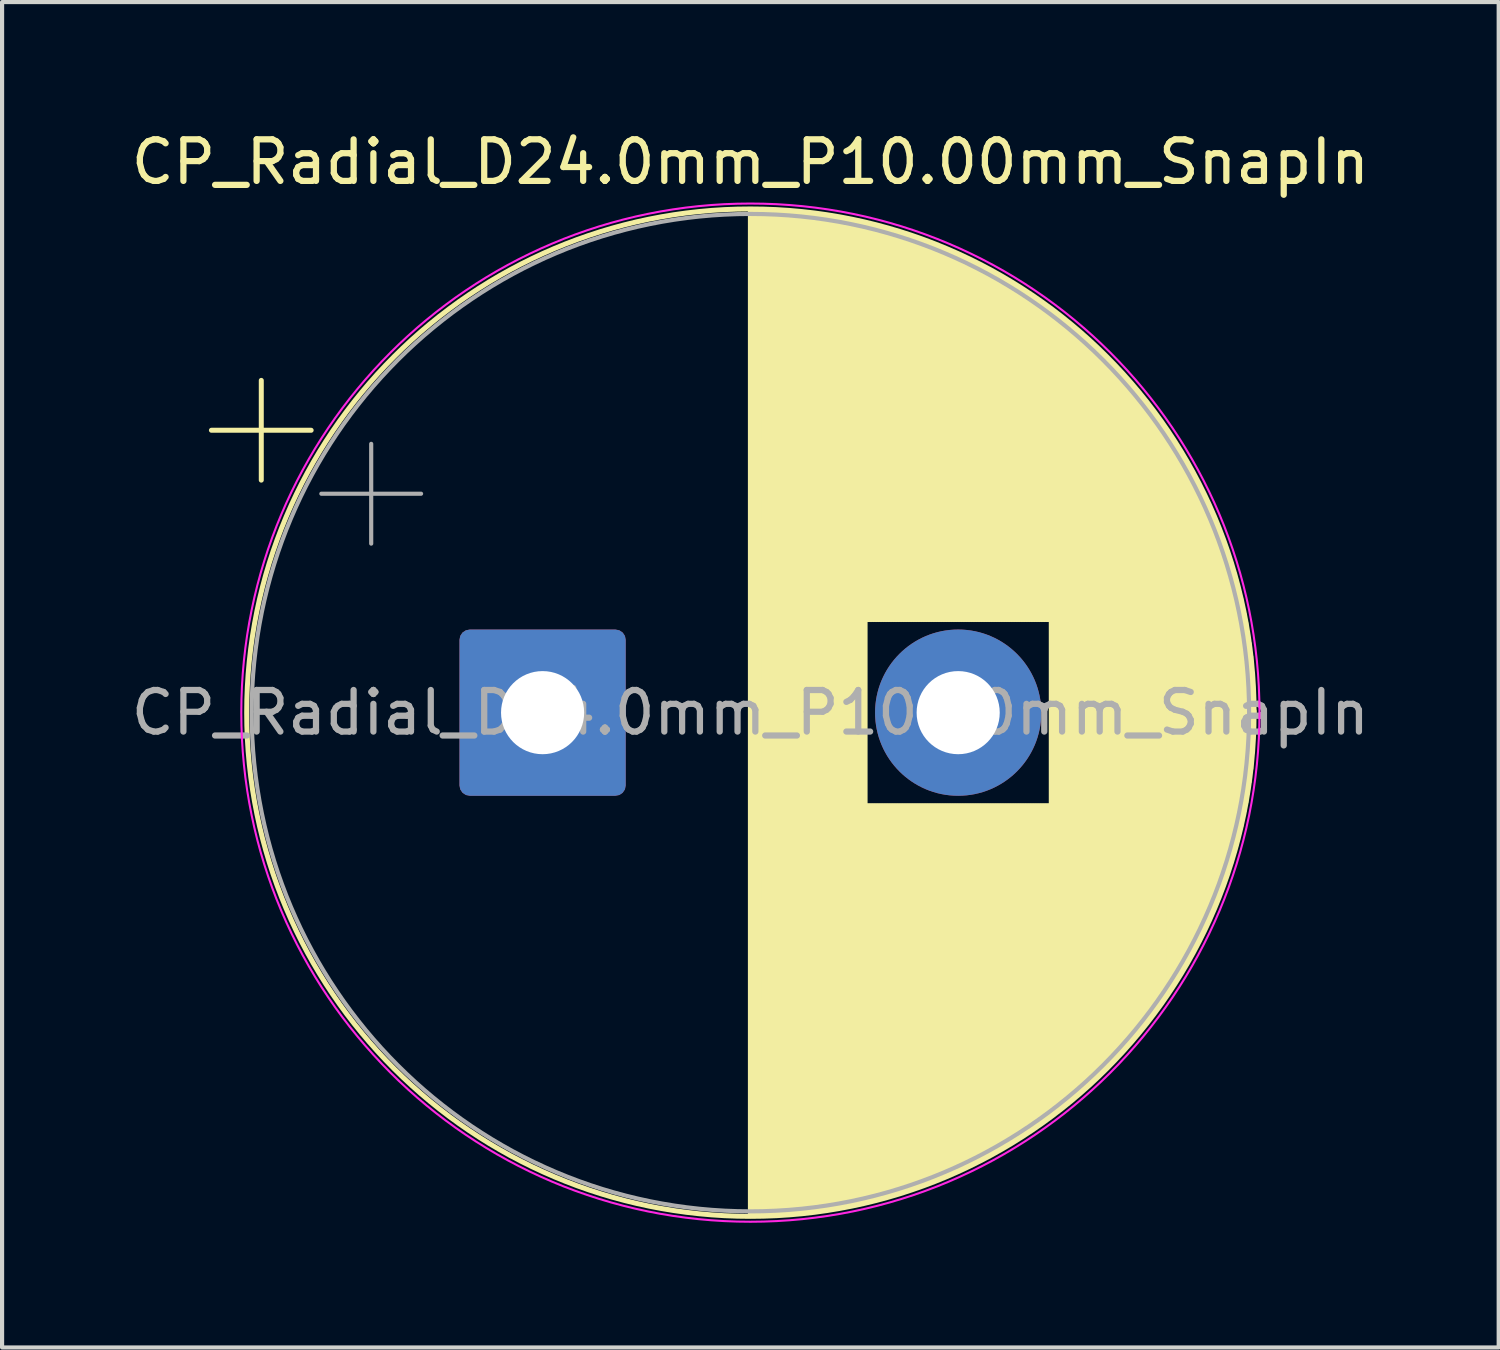
<source format=kicad_pcb>
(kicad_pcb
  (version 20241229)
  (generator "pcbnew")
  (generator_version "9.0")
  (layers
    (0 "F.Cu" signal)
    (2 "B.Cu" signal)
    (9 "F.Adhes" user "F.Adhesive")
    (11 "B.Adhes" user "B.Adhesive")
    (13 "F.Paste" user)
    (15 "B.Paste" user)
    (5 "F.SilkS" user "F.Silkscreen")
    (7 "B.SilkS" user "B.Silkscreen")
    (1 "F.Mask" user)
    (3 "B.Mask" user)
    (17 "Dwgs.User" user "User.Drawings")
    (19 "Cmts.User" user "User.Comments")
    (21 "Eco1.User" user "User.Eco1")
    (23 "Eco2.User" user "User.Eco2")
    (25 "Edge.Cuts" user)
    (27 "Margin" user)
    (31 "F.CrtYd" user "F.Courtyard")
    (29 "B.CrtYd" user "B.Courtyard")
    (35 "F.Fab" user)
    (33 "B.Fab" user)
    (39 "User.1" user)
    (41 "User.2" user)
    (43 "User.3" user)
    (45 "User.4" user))
  (footprint "CP_Radial_D24.0mm_P10.00mm_SnapIn"
    (layer "F.Cu")
    (at 10.006 14.098)
    (property "Reference" "CP_Radial_D24.0mm_P10.00mm_SnapIn" (at 5 -13.25 0) (layer "F.SilkS") (effects (font (size 1 1) (thickness 0.15))))
    (attr through_hole)
    (fp_line (start -7.969 -6.795) (end -5.569 -6.795) (stroke (width 0.12) (type solid)) (layer "F.SilkS"))
    (fp_line (start -6.769 -7.995) (end -6.769 -5.595) (stroke (width 0.12) (type solid)) (layer "F.SilkS"))
    (fp_line (start 5 -12.08) (end 5 12.08) (stroke (width 0.12) (type solid)) (layer "F.SilkS"))
    (fp_line (start 5.04 -12.08) (end 5.04 12.08) (stroke (width 0.12) (type solid)) (layer "F.SilkS"))
    (fp_line (start 5.08 -12.08) (end 5.08 12.08) (stroke (width 0.12) (type solid)) (layer "F.SilkS"))
    (fp_line (start 5.12 -12.079) (end 5.12 12.079) (stroke (width 0.12) (type solid)) (layer "F.SilkS"))
    (fp_line (start 5.16 -12.079) (end 5.16 12.079) (stroke (width 0.12) (type solid)) (layer "F.SilkS"))
    (fp_line (start 5.2 -12.078) (end 5.2 12.078) (stroke (width 0.12) (type solid)) (layer "F.SilkS"))
    (fp_line (start 5.24 -12.078) (end 5.24 12.078) (stroke (width 0.12) (type solid)) (layer "F.SilkS"))
    (fp_line (start 5.28 -12.077) (end 5.28 12.077) (stroke (width 0.12) (type solid)) (layer "F.SilkS"))
    (fp_line (start 5.32 -12.076) (end 5.32 12.076) (stroke (width 0.12) (type solid)) (layer "F.SilkS"))
    (fp_line (start 5.36 -12.075) (end 5.36 12.075) (stroke (width 0.12) (type solid)) (layer "F.SilkS"))
    (fp_line (start 5.4 -12.073) (end 5.4 12.073) (stroke (width 0.12) (type solid)) (layer "F.SilkS"))
    (fp_line (start 5.44 -12.072) (end 5.44 12.072) (stroke (width 0.12) (type solid)) (layer "F.SilkS"))
    (fp_line (start 5.48 -12.07) (end 5.48 12.07) (stroke (width 0.12) (type solid)) (layer "F.SilkS"))
    (fp_line (start 5.52 -12.069) (end 5.52 12.069) (stroke (width 0.12) (type solid)) (layer "F.SilkS"))
    (fp_line (start 5.56 -12.067) (end 5.56 12.067) (stroke (width 0.12) (type solid)) (layer "F.SilkS"))
    (fp_line (start 5.6 -12.065) (end 5.6 12.065) (stroke (width 0.12) (type solid)) (layer "F.SilkS"))
    (fp_line (start 5.64 -12.063) (end 5.64 12.063) (stroke (width 0.12) (type solid)) (layer "F.SilkS"))
    (fp_line (start 5.68 -12.061) (end 5.68 12.061) (stroke (width 0.12) (type solid)) (layer "F.SilkS"))
    (fp_line (start 5.72 -12.059) (end 5.72 12.059) (stroke (width 0.12) (type solid)) (layer "F.SilkS"))
    (fp_line (start 5.76 -12.056) (end 5.76 12.056) (stroke (width 0.12) (type solid)) (layer "F.SilkS"))
    (fp_line (start 5.8 -12.054) (end 5.8 12.054) (stroke (width 0.12) (type solid)) (layer "F.SilkS"))
    (fp_line (start 5.84 -12.051) (end 5.84 12.051) (stroke (width 0.12) (type solid)) (layer "F.SilkS"))
    (fp_line (start 5.88 -12.048) (end 5.88 12.048) (stroke (width 0.12) (type solid)) (layer "F.SilkS"))
    (fp_line (start 5.92 -12.045) (end 5.92 12.045) (stroke (width 0.12) (type solid)) (layer "F.SilkS"))
    (fp_line (start 5.96 -12.042) (end 5.96 12.042) (stroke (width 0.12) (type solid)) (layer "F.SilkS"))
    (fp_line (start 6 -12.039) (end 6 12.039) (stroke (width 0.12) (type solid)) (layer "F.SilkS"))
    (fp_line (start 6.04 -12.035) (end 6.04 12.035) (stroke (width 0.12) (type solid)) (layer "F.SilkS"))
    (fp_line (start 6.08 -12.032) (end 6.08 12.032) (stroke (width 0.12) (type solid)) (layer "F.SilkS"))
    (fp_line (start 6.12 -12.028) (end 6.12 12.028) (stroke (width 0.12) (type solid)) (layer "F.SilkS"))
    (fp_line (start 6.16 -12.024) (end 6.16 12.024) (stroke (width 0.12) (type solid)) (layer "F.SilkS"))
    (fp_line (start 6.2 -12.02) (end 6.2 12.02) (stroke (width 0.12) (type solid)) (layer "F.SilkS"))
    (fp_line (start 6.24 -12.016) (end 6.24 12.016) (stroke (width 0.12) (type solid)) (layer "F.SilkS"))
    (fp_line (start 6.28 -12.012) (end 6.28 12.012) (stroke (width 0.12) (type solid)) (layer "F.SilkS"))
    (fp_line (start 6.32 -12.008) (end 6.32 12.008) (stroke (width 0.12) (type solid)) (layer "F.SilkS"))
    (fp_line (start 6.36 -12.003) (end 6.36 12.003) (stroke (width 0.12) (type solid)) (layer "F.SilkS"))
    (fp_line (start 6.4 -11.999) (end 6.4 11.999) (stroke (width 0.12) (type solid)) (layer "F.SilkS"))
    (fp_line (start 6.44 -11.994) (end 6.44 11.994) (stroke (width 0.12) (type solid)) (layer "F.SilkS"))
    (fp_line (start 6.48 -11.989) (end 6.48 11.989) (stroke (width 0.12) (type solid)) (layer "F.SilkS"))
    (fp_line (start 6.52 -11.984) (end 6.52 11.984) (stroke (width 0.12) (type solid)) (layer "F.SilkS"))
    (fp_line (start 6.56 -11.979) (end 6.56 11.979) (stroke (width 0.12) (type solid)) (layer "F.SilkS"))
    (fp_line (start 6.6 -11.974) (end 6.6 11.974) (stroke (width 0.12) (type solid)) (layer "F.SilkS"))
    (fp_line (start 6.64 -11.969) (end 6.64 11.969) (stroke (width 0.12) (type solid)) (layer "F.SilkS"))
    (fp_line (start 6.68 -11.963) (end 6.68 11.963) (stroke (width 0.12) (type solid)) (layer "F.SilkS"))
    (fp_line (start 6.72 -11.957) (end 6.72 11.957) (stroke (width 0.12) (type solid)) (layer "F.SilkS"))
    (fp_line (start 6.76 -11.952) (end 6.76 11.952) (stroke (width 0.12) (type solid)) (layer "F.SilkS"))
    (fp_line (start 6.8 -11.946) (end 6.8 11.946) (stroke (width 0.12) (type solid)) (layer "F.SilkS"))
    (fp_line (start 6.84 -11.94) (end 6.84 11.94) (stroke (width 0.12) (type solid)) (layer "F.SilkS"))
    (fp_line (start 6.88 -11.933) (end 6.88 11.933) (stroke (width 0.12) (type solid)) (layer "F.SilkS"))
    (fp_line (start 6.92 -11.927) (end 6.92 11.927) (stroke (width 0.12) (type solid)) (layer "F.SilkS"))
    (fp_line (start 6.96 -11.92) (end 6.96 11.92) (stroke (width 0.12) (type solid)) (layer "F.SilkS"))
    (fp_line (start 7 -11.914) (end 7 11.914) (stroke (width 0.12) (type solid)) (layer "F.SilkS"))
    (fp_line (start 7.04 -11.907) (end 7.04 11.907) (stroke (width 0.12) (type solid)) (layer "F.SilkS"))
    (fp_line (start 7.08 -11.9) (end 7.08 11.9) (stroke (width 0.12) (type solid)) (layer "F.SilkS"))
    (fp_line (start 7.12 -11.893) (end 7.12 11.893) (stroke (width 0.12) (type solid)) (layer "F.SilkS"))
    (fp_line (start 7.16 -11.886) (end 7.16 11.886) (stroke (width 0.12) (type solid)) (layer "F.SilkS"))
    (fp_line (start 7.2 -11.879) (end 7.2 11.879) (stroke (width 0.12) (type solid)) (layer "F.SilkS"))
    (fp_line (start 7.24 -11.871) (end 7.24 11.871) (stroke (width 0.12) (type solid)) (layer "F.SilkS"))
    (fp_line (start 7.28 -11.864) (end 7.28 11.864) (stroke (width 0.12) (type solid)) (layer "F.SilkS"))
    (fp_line (start 7.32 -11.856) (end 7.32 11.856) (stroke (width 0.12) (type solid)) (layer "F.SilkS"))
    (fp_line (start 7.36 -11.848) (end 7.36 11.848) (stroke (width 0.12) (type solid)) (layer "F.SilkS"))
    (fp_line (start 7.4 -11.84) (end 7.4 11.84) (stroke (width 0.12) (type solid)) (layer "F.SilkS"))
    (fp_line (start 7.44 -11.832) (end 7.44 11.832) (stroke (width 0.12) (type solid)) (layer "F.SilkS"))
    (fp_line (start 7.48 -11.824) (end 7.48 11.824) (stroke (width 0.12) (type solid)) (layer "F.SilkS"))
    (fp_line (start 7.52 -11.815) (end 7.52 11.815) (stroke (width 0.12) (type solid)) (layer "F.SilkS"))
    (fp_line (start 7.56 -11.807) (end 7.56 11.807) (stroke (width 0.12) (type solid)) (layer "F.SilkS"))
    (fp_line (start 7.6 -11.798) (end 7.6 11.798) (stroke (width 0.12) (type solid)) (layer "F.SilkS"))
    (fp_line (start 7.64 -11.789) (end 7.64 11.789) (stroke (width 0.12) (type solid)) (layer "F.SilkS"))
    (fp_line (start 7.68 -11.78) (end 7.68 11.78) (stroke (width 0.12) (type solid)) (layer "F.SilkS"))
    (fp_line (start 7.72 -11.771) (end 7.72 11.771) (stroke (width 0.12) (type solid)) (layer "F.SilkS"))
    (fp_line (start 7.76 -11.762) (end 7.76 11.762) (stroke (width 0.12) (type solid)) (layer "F.SilkS"))
    (fp_line (start 7.8 -11.752) (end 7.8 -2.24) (stroke (width 0.12) (type solid)) (layer "F.SilkS"))
    (fp_line (start 7.8 2.24) (end 7.8 11.752) (stroke (width 0.12) (type solid)) (layer "F.SilkS"))
    (fp_line (start 7.84 -11.743) (end 7.84 -2.24) (stroke (width 0.12) (type solid)) (layer "F.SilkS"))
    (fp_line (start 7.84 2.24) (end 7.84 11.743) (stroke (width 0.12) (type solid)) (layer "F.SilkS"))
    (fp_line (start 7.88 -11.733) (end 7.88 -2.24) (stroke (width 0.12) (type solid)) (layer "F.SilkS"))
    (fp_line (start 7.88 2.24) (end 7.88 11.733) (stroke (width 0.12) (type solid)) (layer "F.SilkS"))
    (fp_line (start 7.92 -11.723) (end 7.92 -2.24) (stroke (width 0.12) (type solid)) (layer "F.SilkS"))
    (fp_line (start 7.92 2.24) (end 7.92 11.723) (stroke (width 0.12) (type solid)) (layer "F.SilkS"))
    (fp_line (start 7.96 -11.713) (end 7.96 -2.24) (stroke (width 0.12) (type solid)) (layer "F.SilkS"))
    (fp_line (start 7.96 2.24) (end 7.96 11.713) (stroke (width 0.12) (type solid)) (layer "F.SilkS"))
    (fp_line (start 8 -11.703) (end 8 -2.24) (stroke (width 0.12) (type solid)) (layer "F.SilkS"))
    (fp_line (start 8 2.24) (end 8 11.703) (stroke (width 0.12) (type solid)) (layer "F.SilkS"))
    (fp_line (start 8.04 -11.693) (end 8.04 -2.24) (stroke (width 0.12) (type solid)) (layer "F.SilkS"))
    (fp_line (start 8.04 2.24) (end 8.04 11.693) (stroke (width 0.12) (type solid)) (layer "F.SilkS"))
    (fp_line (start 8.08 -11.682) (end 8.08 -2.24) (stroke (width 0.12) (type solid)) (layer "F.SilkS"))
    (fp_line (start 8.08 2.24) (end 8.08 11.682) (stroke (width 0.12) (type solid)) (layer "F.SilkS"))
    (fp_line (start 8.12 -11.672) (end 8.12 -2.24) (stroke (width 0.12) (type solid)) (layer "F.SilkS"))
    (fp_line (start 8.12 2.24) (end 8.12 11.672) (stroke (width 0.12) (type solid)) (layer "F.SilkS"))
    (fp_line (start 8.16 -11.661) (end 8.16 -2.24) (stroke (width 0.12) (type solid)) (layer "F.SilkS"))
    (fp_line (start 8.16 2.24) (end 8.16 11.661) (stroke (width 0.12) (type solid)) (layer "F.SilkS"))
    (fp_line (start 8.2 -11.65) (end 8.2 -2.24) (stroke (width 0.12) (type solid)) (layer "F.SilkS"))
    (fp_line (start 8.2 2.24) (end 8.2 11.65) (stroke (width 0.12) (type solid)) (layer "F.SilkS"))
    (fp_line (start 8.24 -11.639) (end 8.24 -2.24) (stroke (width 0.12) (type solid)) (layer "F.SilkS"))
    (fp_line (start 8.24 2.24) (end 8.24 11.639) (stroke (width 0.12) (type solid)) (layer "F.SilkS"))
    (fp_line (start 8.28 -11.628) (end 8.28 -2.24) (stroke (width 0.12) (type solid)) (layer "F.SilkS"))
    (fp_line (start 8.28 2.24) (end 8.28 11.628) (stroke (width 0.12) (type solid)) (layer "F.SilkS"))
    (fp_line (start 8.32 -11.616) (end 8.32 -2.24) (stroke (width 0.12) (type solid)) (layer "F.SilkS"))
    (fp_line (start 8.32 2.24) (end 8.32 11.616) (stroke (width 0.12) (type solid)) (layer "F.SilkS"))
    (fp_line (start 8.36 -11.605) (end 8.36 -2.24) (stroke (width 0.12) (type solid)) (layer "F.SilkS"))
    (fp_line (start 8.36 2.24) (end 8.36 11.605) (stroke (width 0.12) (type solid)) (layer "F.SilkS"))
    (fp_line (start 8.4 -11.593) (end 8.4 -2.24) (stroke (width 0.12) (type solid)) (layer "F.SilkS"))
    (fp_line (start 8.4 2.24) (end 8.4 11.593) (stroke (width 0.12) (type solid)) (layer "F.SilkS"))
    (fp_line (start 8.44 -11.582) (end 8.44 -2.24) (stroke (width 0.12) (type solid)) (layer "F.SilkS"))
    (fp_line (start 8.44 2.24) (end 8.44 11.582) (stroke (width 0.12) (type solid)) (layer "F.SilkS"))
    (fp_line (start 8.48 -11.57) (end 8.48 -2.24) (stroke (width 0.12) (type solid)) (layer "F.SilkS"))
    (fp_line (start 8.48 2.24) (end 8.48 11.57) (stroke (width 0.12) (type solid)) (layer "F.SilkS"))
    (fp_line (start 8.52 -11.558) (end 8.52 -2.24) (stroke (width 0.12) (type solid)) (layer "F.SilkS"))
    (fp_line (start 8.52 2.24) (end 8.52 11.558) (stroke (width 0.12) (type solid)) (layer "F.SilkS"))
    (fp_line (start 8.56 -11.545) (end 8.56 -2.24) (stroke (width 0.12) (type solid)) (layer "F.SilkS"))
    (fp_line (start 8.56 2.24) (end 8.56 11.545) (stroke (width 0.12) (type solid)) (layer "F.SilkS"))
    (fp_line (start 8.6 -11.533) (end 8.6 -2.24) (stroke (width 0.12) (type solid)) (layer "F.SilkS"))
    (fp_line (start 8.6 2.24) (end 8.6 11.533) (stroke (width 0.12) (type solid)) (layer "F.SilkS"))
    (fp_line (start 8.64 -11.52) (end 8.64 -2.24) (stroke (width 0.12) (type solid)) (layer "F.SilkS"))
    (fp_line (start 8.64 2.24) (end 8.64 11.52) (stroke (width 0.12) (type solid)) (layer "F.SilkS"))
    (fp_line (start 8.68 -11.508) (end 8.68 -2.24) (stroke (width 0.12) (type solid)) (layer "F.SilkS"))
    (fp_line (start 8.68 2.24) (end 8.68 11.508) (stroke (width 0.12) (type solid)) (layer "F.SilkS"))
    (fp_line (start 8.72 -11.495) (end 8.72 -2.24) (stroke (width 0.12) (type solid)) (layer "F.SilkS"))
    (fp_line (start 8.72 2.24) (end 8.72 11.495) (stroke (width 0.12) (type solid)) (layer "F.SilkS"))
    (fp_line (start 8.76 -11.482) (end 8.76 -2.24) (stroke (width 0.12) (type solid)) (layer "F.SilkS"))
    (fp_line (start 8.76 2.24) (end 8.76 11.482) (stroke (width 0.12) (type solid)) (layer "F.SilkS"))
    (fp_line (start 8.8 -11.469) (end 8.8 -2.24) (stroke (width 0.12) (type solid)) (layer "F.SilkS"))
    (fp_line (start 8.8 2.24) (end 8.8 11.469) (stroke (width 0.12) (type solid)) (layer "F.SilkS"))
    (fp_line (start 8.84 -11.456) (end 8.84 -2.24) (stroke (width 0.12) (type solid)) (layer "F.SilkS"))
    (fp_line (start 8.84 2.24) (end 8.84 11.456) (stroke (width 0.12) (type solid)) (layer "F.SilkS"))
    (fp_line (start 8.88 -11.442) (end 8.88 -2.24) (stroke (width 0.12) (type solid)) (layer "F.SilkS"))
    (fp_line (start 8.88 2.24) (end 8.88 11.442) (stroke (width 0.12) (type solid)) (layer "F.SilkS"))
    (fp_line (start 8.92 -11.429) (end 8.92 -2.24) (stroke (width 0.12) (type solid)) (layer "F.SilkS"))
    (fp_line (start 8.92 2.24) (end 8.92 11.429) (stroke (width 0.12) (type solid)) (layer "F.SilkS"))
    (fp_line (start 8.96 -11.415) (end 8.96 -2.24) (stroke (width 0.12) (type solid)) (layer "F.SilkS"))
    (fp_line (start 8.96 2.24) (end 8.96 11.415) (stroke (width 0.12) (type solid)) (layer "F.SilkS"))
    (fp_line (start 9 -11.401) (end 9 -2.24) (stroke (width 0.12) (type solid)) (layer "F.SilkS"))
    (fp_line (start 9 2.24) (end 9 11.401) (stroke (width 0.12) (type solid)) (layer "F.SilkS"))
    (fp_line (start 9.04 -11.387) (end 9.04 -2.24) (stroke (width 0.12) (type solid)) (layer "F.SilkS"))
    (fp_line (start 9.04 2.24) (end 9.04 11.387) (stroke (width 0.12) (type solid)) (layer "F.SilkS"))
    (fp_line (start 9.08 -11.373) (end 9.08 -2.24) (stroke (width 0.12) (type solid)) (layer "F.SilkS"))
    (fp_line (start 9.08 2.24) (end 9.08 11.373) (stroke (width 0.12) (type solid)) (layer "F.SilkS"))
    (fp_line (start 9.12 -11.358) (end 9.12 -2.24) (stroke (width 0.12) (type solid)) (layer "F.SilkS"))
    (fp_line (start 9.12 2.24) (end 9.12 11.358) (stroke (width 0.12) (type solid)) (layer "F.SilkS"))
    (fp_line (start 9.16 -11.344) (end 9.16 -2.24) (stroke (width 0.12) (type solid)) (layer "F.SilkS"))
    (fp_line (start 9.16 2.24) (end 9.16 11.344) (stroke (width 0.12) (type solid)) (layer "F.SilkS"))
    (fp_line (start 9.2 -11.329) (end 9.2 -2.24) (stroke (width 0.12) (type solid)) (layer "F.SilkS"))
    (fp_line (start 9.2 2.24) (end 9.2 11.329) (stroke (width 0.12) (type solid)) (layer "F.SilkS"))
    (fp_line (start 9.24 -11.314) (end 9.24 -2.24) (stroke (width 0.12) (type solid)) (layer "F.SilkS"))
    (fp_line (start 9.24 2.24) (end 9.24 11.314) (stroke (width 0.12) (type solid)) (layer "F.SilkS"))
    (fp_line (start 9.28 -11.299) (end 9.28 -2.24) (stroke (width 0.12) (type solid)) (layer "F.SilkS"))
    (fp_line (start 9.28 2.24) (end 9.28 11.299) (stroke (width 0.12) (type solid)) (layer "F.SilkS"))
    (fp_line (start 9.32 -11.284) (end 9.32 -2.24) (stroke (width 0.12) (type solid)) (layer "F.SilkS"))
    (fp_line (start 9.32 2.24) (end 9.32 11.284) (stroke (width 0.12) (type solid)) (layer "F.SilkS"))
    (fp_line (start 9.36 -11.269) (end 9.36 -2.24) (stroke (width 0.12) (type solid)) (layer "F.SilkS"))
    (fp_line (start 9.36 2.24) (end 9.36 11.269) (stroke (width 0.12) (type solid)) (layer "F.SilkS"))
    (fp_line (start 9.4 -11.253) (end 9.4 -2.24) (stroke (width 0.12) (type solid)) (layer "F.SilkS"))
    (fp_line (start 9.4 2.24) (end 9.4 11.253) (stroke (width 0.12) (type solid)) (layer "F.SilkS"))
    (fp_line (start 9.44 -11.237) (end 9.44 -2.24) (stroke (width 0.12) (type solid)) (layer "F.SilkS"))
    (fp_line (start 9.44 2.24) (end 9.44 11.237) (stroke (width 0.12) (type solid)) (layer "F.SilkS"))
    (fp_line (start 9.48 -11.222) (end 9.48 -2.24) (stroke (width 0.12) (type solid)) (layer "F.SilkS"))
    (fp_line (start 9.48 2.24) (end 9.48 11.222) (stroke (width 0.12) (type solid)) (layer "F.SilkS"))
    (fp_line (start 9.52 -11.206) (end 9.52 -2.24) (stroke (width 0.12) (type solid)) (layer "F.SilkS"))
    (fp_line (start 9.52 2.24) (end 9.52 11.206) (stroke (width 0.12) (type solid)) (layer "F.SilkS"))
    (fp_line (start 9.56 -11.189) (end 9.56 -2.24) (stroke (width 0.12) (type solid)) (layer "F.SilkS"))
    (fp_line (start 9.56 2.24) (end 9.56 11.189) (stroke (width 0.12) (type solid)) (layer "F.SilkS"))
    (fp_line (start 9.6 -11.173) (end 9.6 -2.24) (stroke (width 0.12) (type solid)) (layer "F.SilkS"))
    (fp_line (start 9.6 2.24) (end 9.6 11.173) (stroke (width 0.12) (type solid)) (layer "F.SilkS"))
    (fp_line (start 9.64 -11.157) (end 9.64 -2.24) (stroke (width 0.12) (type solid)) (layer "F.SilkS"))
    (fp_line (start 9.64 2.24) (end 9.64 11.157) (stroke (width 0.12) (type solid)) (layer "F.SilkS"))
    (fp_line (start 9.68 -11.14) (end 9.68 -2.24) (stroke (width 0.12) (type solid)) (layer "F.SilkS"))
    (fp_line (start 9.68 2.24) (end 9.68 11.14) (stroke (width 0.12) (type solid)) (layer "F.SilkS"))
    (fp_line (start 9.72 -11.123) (end 9.72 -2.24) (stroke (width 0.12) (type solid)) (layer "F.SilkS"))
    (fp_line (start 9.72 2.24) (end 9.72 11.123) (stroke (width 0.12) (type solid)) (layer "F.SilkS"))
    (fp_line (start 9.76 -11.106) (end 9.76 -2.24) (stroke (width 0.12) (type solid)) (layer "F.SilkS"))
    (fp_line (start 9.76 2.24) (end 9.76 11.106) (stroke (width 0.12) (type solid)) (layer "F.SilkS"))
    (fp_line (start 9.8 -11.089) (end 9.8 -2.24) (stroke (width 0.12) (type solid)) (layer "F.SilkS"))
    (fp_line (start 9.8 2.24) (end 9.8 11.089) (stroke (width 0.12) (type solid)) (layer "F.SilkS"))
    (fp_line (start 9.84 -11.072) (end 9.84 -2.24) (stroke (width 0.12) (type solid)) (layer "F.SilkS"))
    (fp_line (start 9.84 2.24) (end 9.84 11.072) (stroke (width 0.12) (type solid)) (layer "F.SilkS"))
    (fp_line (start 9.88 -11.054) (end 9.88 -2.24) (stroke (width 0.12) (type solid)) (layer "F.SilkS"))
    (fp_line (start 9.88 2.24) (end 9.88 11.054) (stroke (width 0.12) (type solid)) (layer "F.SilkS"))
    (fp_line (start 9.92 -11.036) (end 9.92 -2.24) (stroke (width 0.12) (type solid)) (layer "F.SilkS"))
    (fp_line (start 9.92 2.24) (end 9.92 11.036) (stroke (width 0.12) (type solid)) (layer "F.SilkS"))
    (fp_line (start 9.96 -11.019) (end 9.96 -2.24) (stroke (width 0.12) (type solid)) (layer "F.SilkS"))
    (fp_line (start 9.96 2.24) (end 9.96 11.019) (stroke (width 0.12) (type solid)) (layer "F.SilkS"))
    (fp_line (start 10 -11.001) (end 10 -2.24) (stroke (width 0.12) (type solid)) (layer "F.SilkS"))
    (fp_line (start 10 2.24) (end 10 11.001) (stroke (width 0.12) (type solid)) (layer "F.SilkS"))
    (fp_line (start 10.04 -10.982) (end 10.04 -2.24) (stroke (width 0.12) (type solid)) (layer "F.SilkS"))
    (fp_line (start 10.04 2.24) (end 10.04 10.982) (stroke (width 0.12) (type solid)) (layer "F.SilkS"))
    (fp_line (start 10.08 -10.964) (end 10.08 -2.24) (stroke (width 0.12) (type solid)) (layer "F.SilkS"))
    (fp_line (start 10.08 2.24) (end 10.08 10.964) (stroke (width 0.12) (type solid)) (layer "F.SilkS"))
    (fp_line (start 10.12 -10.945) (end 10.12 -2.24) (stroke (width 0.12) (type solid)) (layer "F.SilkS"))
    (fp_line (start 10.12 2.24) (end 10.12 10.945) (stroke (width 0.12) (type solid)) (layer "F.SilkS"))
    (fp_line (start 10.16 -10.927) (end 10.16 -2.24) (stroke (width 0.12) (type solid)) (layer "F.SilkS"))
    (fp_line (start 10.16 2.24) (end 10.16 10.927) (stroke (width 0.12) (type solid)) (layer "F.SilkS"))
    (fp_line (start 10.2 -10.908) (end 10.2 -2.24) (stroke (width 0.12) (type solid)) (layer "F.SilkS"))
    (fp_line (start 10.2 2.24) (end 10.2 10.908) (stroke (width 0.12) (type solid)) (layer "F.SilkS"))
    (fp_line (start 10.24 -10.889) (end 10.24 -2.24) (stroke (width 0.12) (type solid)) (layer "F.SilkS"))
    (fp_line (start 10.24 2.24) (end 10.24 10.889) (stroke (width 0.12) (type solid)) (layer "F.SilkS"))
    (fp_line (start 10.28 -10.869) (end 10.28 -2.24) (stroke (width 0.12) (type solid)) (layer "F.SilkS"))
    (fp_line (start 10.28 2.24) (end 10.28 10.869) (stroke (width 0.12) (type solid)) (layer "F.SilkS"))
    (fp_line (start 10.32 -10.85) (end 10.32 -2.24) (stroke (width 0.12) (type solid)) (layer "F.SilkS"))
    (fp_line (start 10.32 2.24) (end 10.32 10.85) (stroke (width 0.12) (type solid)) (layer "F.SilkS"))
    (fp_line (start 10.36 -10.83) (end 10.36 -2.24) (stroke (width 0.12) (type solid)) (layer "F.SilkS"))
    (fp_line (start 10.36 2.24) (end 10.36 10.83) (stroke (width 0.12) (type solid)) (layer "F.SilkS"))
    (fp_line (start 10.4 -10.811) (end 10.4 -2.24) (stroke (width 0.12) (type solid)) (layer "F.SilkS"))
    (fp_line (start 10.4 2.24) (end 10.4 10.811) (stroke (width 0.12) (type solid)) (layer "F.SilkS"))
    (fp_line (start 10.44 -10.791) (end 10.44 -2.24) (stroke (width 0.12) (type solid)) (layer "F.SilkS"))
    (fp_line (start 10.44 2.24) (end 10.44 10.791) (stroke (width 0.12) (type solid)) (layer "F.SilkS"))
    (fp_line (start 10.48 -10.77) (end 10.48 -2.24) (stroke (width 0.12) (type solid)) (layer "F.SilkS"))
    (fp_line (start 10.48 2.24) (end 10.48 10.77) (stroke (width 0.12) (type solid)) (layer "F.SilkS"))
    (fp_line (start 10.52 -10.75) (end 10.52 -2.24) (stroke (width 0.12) (type solid)) (layer "F.SilkS"))
    (fp_line (start 10.52 2.24) (end 10.52 10.75) (stroke (width 0.12) (type solid)) (layer "F.SilkS"))
    (fp_line (start 10.56 -10.729) (end 10.56 -2.24) (stroke (width 0.12) (type solid)) (layer "F.SilkS"))
    (fp_line (start 10.56 2.24) (end 10.56 10.729) (stroke (width 0.12) (type solid)) (layer "F.SilkS"))
    (fp_line (start 10.6 -10.709) (end 10.6 -2.24) (stroke (width 0.12) (type solid)) (layer "F.SilkS"))
    (fp_line (start 10.6 2.24) (end 10.6 10.709) (stroke (width 0.12) (type solid)) (layer "F.SilkS"))
    (fp_line (start 10.64 -10.688) (end 10.64 -2.24) (stroke (width 0.12) (type solid)) (layer "F.SilkS"))
    (fp_line (start 10.64 2.24) (end 10.64 10.688) (stroke (width 0.12) (type solid)) (layer "F.SilkS"))
    (fp_line (start 10.68 -10.667) (end 10.68 -2.24) (stroke (width 0.12) (type solid)) (layer "F.SilkS"))
    (fp_line (start 10.68 2.24) (end 10.68 10.667) (stroke (width 0.12) (type solid)) (layer "F.SilkS"))
    (fp_line (start 10.72 -10.645) (end 10.72 -2.24) (stroke (width 0.12) (type solid)) (layer "F.SilkS"))
    (fp_line (start 10.72 2.24) (end 10.72 10.645) (stroke (width 0.12) (type solid)) (layer "F.SilkS"))
    (fp_line (start 10.76 -10.624) (end 10.76 -2.24) (stroke (width 0.12) (type solid)) (layer "F.SilkS"))
    (fp_line (start 10.76 2.24) (end 10.76 10.624) (stroke (width 0.12) (type solid)) (layer "F.SilkS"))
    (fp_line (start 10.8 -10.602) (end 10.8 -2.24) (stroke (width 0.12) (type solid)) (layer "F.SilkS"))
    (fp_line (start 10.8 2.24) (end 10.8 10.602) (stroke (width 0.12) (type solid)) (layer "F.SilkS"))
    (fp_line (start 10.84 -10.58) (end 10.84 -2.24) (stroke (width 0.12) (type solid)) (layer "F.SilkS"))
    (fp_line (start 10.84 2.24) (end 10.84 10.58) (stroke (width 0.12) (type solid)) (layer "F.SilkS"))
    (fp_line (start 10.88 -10.558) (end 10.88 -2.24) (stroke (width 0.12) (type solid)) (layer "F.SilkS"))
    (fp_line (start 10.88 2.24) (end 10.88 10.558) (stroke (width 0.12) (type solid)) (layer "F.SilkS"))
    (fp_line (start 10.92 -10.536) (end 10.92 -2.24) (stroke (width 0.12) (type solid)) (layer "F.SilkS"))
    (fp_line (start 10.92 2.24) (end 10.92 10.536) (stroke (width 0.12) (type solid)) (layer "F.SilkS"))
    (fp_line (start 10.96 -10.513) (end 10.96 -2.24) (stroke (width 0.12) (type solid)) (layer "F.SilkS"))
    (fp_line (start 10.96 2.24) (end 10.96 10.513) (stroke (width 0.12) (type solid)) (layer "F.SilkS"))
    (fp_line (start 11 -10.491) (end 11 -2.24) (stroke (width 0.12) (type solid)) (layer "F.SilkS"))
    (fp_line (start 11 2.24) (end 11 10.491) (stroke (width 0.12) (type solid)) (layer "F.SilkS"))
    (fp_line (start 11.04 -10.468) (end 11.04 -2.24) (stroke (width 0.12) (type solid)) (layer "F.SilkS"))
    (fp_line (start 11.04 2.24) (end 11.04 10.468) (stroke (width 0.12) (type solid)) (layer "F.SilkS"))
    (fp_line (start 11.08 -10.445) (end 11.08 -2.24) (stroke (width 0.12) (type solid)) (layer "F.SilkS"))
    (fp_line (start 11.08 2.24) (end 11.08 10.445) (stroke (width 0.12) (type solid)) (layer "F.SilkS"))
    (fp_line (start 11.12 -10.421) (end 11.12 -2.24) (stroke (width 0.12) (type solid)) (layer "F.SilkS"))
    (fp_line (start 11.12 2.24) (end 11.12 10.421) (stroke (width 0.12) (type solid)) (layer "F.SilkS"))
    (fp_line (start 11.16 -10.398) (end 11.16 -2.24) (stroke (width 0.12) (type solid)) (layer "F.SilkS"))
    (fp_line (start 11.16 2.24) (end 11.16 10.398) (stroke (width 0.12) (type solid)) (layer "F.SilkS"))
    (fp_line (start 11.2 -10.374) (end 11.2 -2.24) (stroke (width 0.12) (type solid)) (layer "F.SilkS"))
    (fp_line (start 11.2 2.24) (end 11.2 10.374) (stroke (width 0.12) (type solid)) (layer "F.SilkS"))
    (fp_line (start 11.24 -10.35) (end 11.24 -2.24) (stroke (width 0.12) (type solid)) (layer "F.SilkS"))
    (fp_line (start 11.24 2.24) (end 11.24 10.35) (stroke (width 0.12) (type solid)) (layer "F.SilkS"))
    (fp_line (start 11.28 -10.326) (end 11.28 -2.24) (stroke (width 0.12) (type solid)) (layer "F.SilkS"))
    (fp_line (start 11.28 2.24) (end 11.28 10.326) (stroke (width 0.12) (type solid)) (layer "F.SilkS"))
    (fp_line (start 11.32 -10.302) (end 11.32 -2.24) (stroke (width 0.12) (type solid)) (layer "F.SilkS"))
    (fp_line (start 11.32 2.24) (end 11.32 10.302) (stroke (width 0.12) (type solid)) (layer "F.SilkS"))
    (fp_line (start 11.36 -10.277) (end 11.36 -2.24) (stroke (width 0.12) (type solid)) (layer "F.SilkS"))
    (fp_line (start 11.36 2.24) (end 11.36 10.277) (stroke (width 0.12) (type solid)) (layer "F.SilkS"))
    (fp_line (start 11.4 -10.252) (end 11.4 -2.24) (stroke (width 0.12) (type solid)) (layer "F.SilkS"))
    (fp_line (start 11.4 2.24) (end 11.4 10.252) (stroke (width 0.12) (type solid)) (layer "F.SilkS"))
    (fp_line (start 11.44 -10.227) (end 11.44 -2.24) (stroke (width 0.12) (type solid)) (layer "F.SilkS"))
    (fp_line (start 11.44 2.24) (end 11.44 10.227) (stroke (width 0.12) (type solid)) (layer "F.SilkS"))
    (fp_line (start 11.48 -10.202) (end 11.48 -2.24) (stroke (width 0.12) (type solid)) (layer "F.SilkS"))
    (fp_line (start 11.48 2.24) (end 11.48 10.202) (stroke (width 0.12) (type solid)) (layer "F.SilkS"))
    (fp_line (start 11.52 -10.177) (end 11.52 -2.24) (stroke (width 0.12) (type solid)) (layer "F.SilkS"))
    (fp_line (start 11.52 2.24) (end 11.52 10.177) (stroke (width 0.12) (type solid)) (layer "F.SilkS"))
    (fp_line (start 11.56 -10.151) (end 11.56 -2.24) (stroke (width 0.12) (type solid)) (layer "F.SilkS"))
    (fp_line (start 11.56 2.24) (end 11.56 10.151) (stroke (width 0.12) (type solid)) (layer "F.SilkS"))
    (fp_line (start 11.6 -10.125) (end 11.6 -2.24) (stroke (width 0.12) (type solid)) (layer "F.SilkS"))
    (fp_line (start 11.6 2.24) (end 11.6 10.125) (stroke (width 0.12) (type solid)) (layer "F.SilkS"))
    (fp_line (start 11.64 -10.099) (end 11.64 -2.24) (stroke (width 0.12) (type solid)) (layer "F.SilkS"))
    (fp_line (start 11.64 2.24) (end 11.64 10.099) (stroke (width 0.12) (type solid)) (layer "F.SilkS"))
    (fp_line (start 11.68 -10.073) (end 11.68 -2.24) (stroke (width 0.12) (type solid)) (layer "F.SilkS"))
    (fp_line (start 11.68 2.24) (end 11.68 10.073) (stroke (width 0.12) (type solid)) (layer "F.SilkS"))
    (fp_line (start 11.72 -10.046) (end 11.72 -2.24) (stroke (width 0.12) (type solid)) (layer "F.SilkS"))
    (fp_line (start 11.72 2.24) (end 11.72 10.046) (stroke (width 0.12) (type solid)) (layer "F.SilkS"))
    (fp_line (start 11.76 -10.02) (end 11.76 -2.24) (stroke (width 0.12) (type solid)) (layer "F.SilkS"))
    (fp_line (start 11.76 2.24) (end 11.76 10.02) (stroke (width 0.12) (type solid)) (layer "F.SilkS"))
    (fp_line (start 11.8 -9.993) (end 11.8 -2.24) (stroke (width 0.12) (type solid)) (layer "F.SilkS"))
    (fp_line (start 11.8 2.24) (end 11.8 9.993) (stroke (width 0.12) (type solid)) (layer "F.SilkS"))
    (fp_line (start 11.84 -9.965) (end 11.84 -2.24) (stroke (width 0.12) (type solid)) (layer "F.SilkS"))
    (fp_line (start 11.84 2.24) (end 11.84 9.965) (stroke (width 0.12) (type solid)) (layer "F.SilkS"))
    (fp_line (start 11.88 -9.938) (end 11.88 -2.24) (stroke (width 0.12) (type solid)) (layer "F.SilkS"))
    (fp_line (start 11.88 2.24) (end 11.88 9.938) (stroke (width 0.12) (type solid)) (layer "F.SilkS"))
    (fp_line (start 11.92 -9.91) (end 11.92 -2.24) (stroke (width 0.12) (type solid)) (layer "F.SilkS"))
    (fp_line (start 11.92 2.24) (end 11.92 9.91) (stroke (width 0.12) (type solid)) (layer "F.SilkS"))
    (fp_line (start 11.96 -9.882) (end 11.96 -2.24) (stroke (width 0.12) (type solid)) (layer "F.SilkS"))
    (fp_line (start 11.96 2.24) (end 11.96 9.882) (stroke (width 0.12) (type solid)) (layer "F.SilkS"))
    (fp_line (start 12 -9.854) (end 12 -2.24) (stroke (width 0.12) (type solid)) (layer "F.SilkS"))
    (fp_line (start 12 2.24) (end 12 9.854) (stroke (width 0.12) (type solid)) (layer "F.SilkS"))
    (fp_line (start 12.04 -9.826) (end 12.04 -2.24) (stroke (width 0.12) (type solid)) (layer "F.SilkS"))
    (fp_line (start 12.04 2.24) (end 12.04 9.826) (stroke (width 0.12) (type solid)) (layer "F.SilkS"))
    (fp_line (start 12.08 -9.797) (end 12.08 -2.24) (stroke (width 0.12) (type solid)) (layer "F.SilkS"))
    (fp_line (start 12.08 2.24) (end 12.08 9.797) (stroke (width 0.12) (type solid)) (layer "F.SilkS"))
    (fp_line (start 12.12 -9.768) (end 12.12 -2.24) (stroke (width 0.12) (type solid)) (layer "F.SilkS"))
    (fp_line (start 12.12 2.24) (end 12.12 9.768) (stroke (width 0.12) (type solid)) (layer "F.SilkS"))
    (fp_line (start 12.16 -9.739) (end 12.16 -2.24) (stroke (width 0.12) (type solid)) (layer "F.SilkS"))
    (fp_line (start 12.16 2.24) (end 12.16 9.739) (stroke (width 0.12) (type solid)) (layer "F.SilkS"))
    (fp_line (start 12.2 -9.71) (end 12.2 -2.24) (stroke (width 0.12) (type solid)) (layer "F.SilkS"))
    (fp_line (start 12.2 2.24) (end 12.2 9.71) (stroke (width 0.12) (type solid)) (layer "F.SilkS"))
    (fp_line (start 12.24 -9.68) (end 12.24 9.68) (stroke (width 0.12) (type solid)) (layer "F.SilkS"))
    (fp_line (start 12.28 -9.65) (end 12.28 9.65) (stroke (width 0.12) (type solid)) (layer "F.SilkS"))
    (fp_line (start 12.32 -9.62) (end 12.32 9.62) (stroke (width 0.12) (type solid)) (layer "F.SilkS"))
    (fp_line (start 12.36 -9.589) (end 12.36 9.589) (stroke (width 0.12) (type solid)) (layer "F.SilkS"))
    (fp_line (start 12.4 -9.559) (end 12.4 9.559) (stroke (width 0.12) (type solid)) (layer "F.SilkS"))
    (fp_line (start 12.44 -9.528) (end 12.44 9.528) (stroke (width 0.12) (type solid)) (layer "F.SilkS"))
    (fp_line (start 12.48 -9.496) (end 12.48 9.496) (stroke (width 0.12) (type solid)) (layer "F.SilkS"))
    (fp_line (start 12.52 -9.465) (end 12.52 9.465) (stroke (width 0.12) (type solid)) (layer "F.SilkS"))
    (fp_line (start 12.56 -9.433) (end 12.56 9.433) (stroke (width 0.12) (type solid)) (layer "F.SilkS"))
    (fp_line (start 12.6 -9.401) (end 12.6 9.401) (stroke (width 0.12) (type solid)) (layer "F.SilkS"))
    (fp_line (start 12.64 -9.369) (end 12.64 9.369) (stroke (width 0.12) (type solid)) (layer "F.SilkS"))
    (fp_line (start 12.68 -9.336) (end 12.68 9.336) (stroke (width 0.12) (type solid)) (layer "F.SilkS"))
    (fp_line (start 12.72 -9.303) (end 12.72 9.303) (stroke (width 0.12) (type solid)) (layer "F.SilkS"))
    (fp_line (start 12.76 -9.27) (end 12.76 9.27) (stroke (width 0.12) (type solid)) (layer "F.SilkS"))
    (fp_line (start 12.8 -9.237) (end 12.8 9.237) (stroke (width 0.12) (type solid)) (layer "F.SilkS"))
    (fp_line (start 12.84 -9.203) (end 12.84 9.203) (stroke (width 0.12) (type solid)) (layer "F.SilkS"))
    (fp_line (start 12.88 -9.169) (end 12.88 9.169) (stroke (width 0.12) (type solid)) (layer "F.SilkS"))
    (fp_line (start 12.92 -9.134) (end 12.92 9.134) (stroke (width 0.12) (type solid)) (layer "F.SilkS"))
    (fp_line (start 12.96 -9.1) (end 12.96 9.1) (stroke (width 0.12) (type solid)) (layer "F.SilkS"))
    (fp_line (start 13 -9.065) (end 13 9.065) (stroke (width 0.12) (type solid)) (layer "F.SilkS"))
    (fp_line (start 13.04 -9.029) (end 13.04 9.029) (stroke (width 0.12) (type solid)) (layer "F.SilkS"))
    (fp_line (start 13.08 -8.994) (end 13.08 8.994) (stroke (width 0.12) (type solid)) (layer "F.SilkS"))
    (fp_line (start 13.12 -8.958) (end 13.12 8.958) (stroke (width 0.12) (type solid)) (layer "F.SilkS"))
    (fp_line (start 13.16 -8.922) (end 13.16 8.922) (stroke (width 0.12) (type solid)) (layer "F.SilkS"))
    (fp_line (start 13.2 -8.885) (end 13.2 8.885) (stroke (width 0.12) (type solid)) (layer "F.SilkS"))
    (fp_line (start 13.24 -8.848) (end 13.24 8.848) (stroke (width 0.12) (type solid)) (layer "F.SilkS"))
    (fp_line (start 13.28 -8.811) (end 13.28 8.811) (stroke (width 0.12) (type solid)) (layer "F.SilkS"))
    (fp_line (start 13.32 -8.773) (end 13.32 8.773) (stroke (width 0.12) (type solid)) (layer "F.SilkS"))
    (fp_line (start 13.36 -8.735) (end 13.36 8.735) (stroke (width 0.12) (type solid)) (layer "F.SilkS"))
    (fp_line (start 13.4 -8.697) (end 13.4 8.697) (stroke (width 0.12) (type solid)) (layer "F.SilkS"))
    (fp_line (start 13.44 -8.658) (end 13.44 8.658) (stroke (width 0.12) (type solid)) (layer "F.SilkS"))
    (fp_line (start 13.48 -8.619) (end 13.48 8.619) (stroke (width 0.12) (type solid)) (layer "F.SilkS"))
    (fp_line (start 13.52 -8.58) (end 13.52 8.58) (stroke (width 0.12) (type solid)) (layer "F.SilkS"))
    (fp_line (start 13.56 -8.54) (end 13.56 8.54) (stroke (width 0.12) (type solid)) (layer "F.SilkS"))
    (fp_line (start 13.6 -8.5) (end 13.6 8.5) (stroke (width 0.12) (type solid)) (layer "F.SilkS"))
    (fp_line (start 13.64 -8.46) (end 13.64 8.46) (stroke (width 0.12) (type solid)) (layer "F.SilkS"))
    (fp_line (start 13.68 -8.419) (end 13.68 8.419) (stroke (width 0.12) (type solid)) (layer "F.SilkS"))
    (fp_line (start 13.72 -8.378) (end 13.72 8.378) (stroke (width 0.12) (type solid)) (layer "F.SilkS"))
    (fp_line (start 13.76 -8.336) (end 13.76 8.336) (stroke (width 0.12) (type solid)) (layer "F.SilkS"))
    (fp_line (start 13.8 -8.294) (end 13.8 8.294) (stroke (width 0.12) (type solid)) (layer "F.SilkS"))
    (fp_line (start 13.84 -8.251) (end 13.84 8.251) (stroke (width 0.12) (type solid)) (layer "F.SilkS"))
    (fp_line (start 13.88 -8.209) (end 13.88 8.209) (stroke (width 0.12) (type solid)) (layer "F.SilkS"))
    (fp_line (start 13.92 -8.165) (end 13.92 8.165) (stroke (width 0.12) (type solid)) (layer "F.SilkS"))
    (fp_line (start 13.96 -8.122) (end 13.96 8.122) (stroke (width 0.12) (type solid)) (layer "F.SilkS"))
    (fp_line (start 14 -8.078) (end 14 8.078) (stroke (width 0.12) (type solid)) (layer "F.SilkS"))
    (fp_line (start 14.04 -8.033) (end 14.04 8.033) (stroke (width 0.12) (type solid)) (layer "F.SilkS"))
    (fp_line (start 14.08 -7.988) (end 14.08 7.988) (stroke (width 0.12) (type solid)) (layer "F.SilkS"))
    (fp_line (start 14.12 -7.942) (end 14.12 7.942) (stroke (width 0.12) (type solid)) (layer "F.SilkS"))
    (fp_line (start 14.16 -7.897) (end 14.16 7.897) (stroke (width 0.12) (type solid)) (layer "F.SilkS"))
    (fp_line (start 14.2 -7.85) (end 14.2 7.85) (stroke (width 0.12) (type solid)) (layer "F.SilkS"))
    (fp_line (start 14.24 -7.803) (end 14.24 7.803) (stroke (width 0.12) (type solid)) (layer "F.SilkS"))
    (fp_line (start 14.28 -7.756) (end 14.28 7.756) (stroke (width 0.12) (type solid)) (layer "F.SilkS"))
    (fp_line (start 14.32 -7.708) (end 14.32 7.708) (stroke (width 0.12) (type solid)) (layer "F.SilkS"))
    (fp_line (start 14.36 -7.66) (end 14.36 7.66) (stroke (width 0.12) (type solid)) (layer "F.SilkS"))
    (fp_line (start 14.4 -7.611) (end 14.4 7.611) (stroke (width 0.12) (type solid)) (layer "F.SilkS"))
    (fp_line (start 14.44 -7.561) (end 14.44 7.561) (stroke (width 0.12) (type solid)) (layer "F.SilkS"))
    (fp_line (start 14.48 -7.511) (end 14.48 7.511) (stroke (width 0.12) (type solid)) (layer "F.SilkS"))
    (fp_line (start 14.52 -7.461) (end 14.52 7.461) (stroke (width 0.12) (type solid)) (layer "F.SilkS"))
    (fp_line (start 14.56 -7.41) (end 14.56 7.41) (stroke (width 0.12) (type solid)) (layer "F.SilkS"))
    (fp_line (start 14.6 -7.358) (end 14.6 7.358) (stroke (width 0.12) (type solid)) (layer "F.SilkS"))
    (fp_line (start 14.64 -7.306) (end 14.64 7.306) (stroke (width 0.12) (type solid)) (layer "F.SilkS"))
    (fp_line (start 14.68 -7.253) (end 14.68 7.253) (stroke (width 0.12) (type solid)) (layer "F.SilkS"))
    (fp_line (start 14.72 -7.2) (end 14.72 7.2) (stroke (width 0.12) (type solid)) (layer "F.SilkS"))
    (fp_line (start 14.76 -7.146) (end 14.76 7.146) (stroke (width 0.12) (type solid)) (layer "F.SilkS"))
    (fp_line (start 14.8 -7.091) (end 14.8 7.091) (stroke (width 0.12) (type solid)) (layer "F.SilkS"))
    (fp_line (start 14.84 -7.036) (end 14.84 7.036) (stroke (width 0.12) (type solid)) (layer "F.SilkS"))
    (fp_line (start 14.88 -6.98) (end 14.88 6.98) (stroke (width 0.12) (type solid)) (layer "F.SilkS"))
    (fp_line (start 14.92 -6.923) (end 14.92 6.923) (stroke (width 0.12) (type solid)) (layer "F.SilkS"))
    (fp_line (start 14.96 -6.866) (end 14.96 6.866) (stroke (width 0.12) (type solid)) (layer "F.SilkS"))
    (fp_line (start 15 -6.808) (end 15 6.808) (stroke (width 0.12) (type solid)) (layer "F.SilkS"))
    (fp_line (start 15.04 -6.749) (end 15.04 6.749) (stroke (width 0.12) (type solid)) (layer "F.SilkS"))
    (fp_line (start 15.08 -6.69) (end 15.08 6.69) (stroke (width 0.12) (type solid)) (layer "F.SilkS"))
    (fp_line (start 15.12 -6.629) (end 15.12 6.629) (stroke (width 0.12) (type solid)) (layer "F.SilkS"))
    (fp_line (start 15.16 -6.568) (end 15.16 6.568) (stroke (width 0.12) (type solid)) (layer "F.SilkS"))
    (fp_line (start 15.2 -6.506) (end 15.2 6.506) (stroke (width 0.12) (type solid)) (layer "F.SilkS"))
    (fp_line (start 15.24 -6.444) (end 15.24 6.444) (stroke (width 0.12) (type solid)) (layer "F.SilkS"))
    (fp_line (start 15.28 -6.38) (end 15.28 6.38) (stroke (width 0.12) (type solid)) (layer "F.SilkS"))
    (fp_line (start 15.32 -6.315) (end 15.32 6.315) (stroke (width 0.12) (type solid)) (layer "F.SilkS"))
    (fp_line (start 15.36 -6.25) (end 15.36 6.25) (stroke (width 0.12) (type solid)) (layer "F.SilkS"))
    (fp_line (start 15.4 -6.184) (end 15.4 6.184) (stroke (width 0.12) (type solid)) (layer "F.SilkS"))
    (fp_line (start 15.44 -6.116) (end 15.44 6.116) (stroke (width 0.12) (type solid)) (layer "F.SilkS"))
    (fp_line (start 15.48 -6.048) (end 15.48 6.048) (stroke (width 0.12) (type solid)) (layer "F.SilkS"))
    (fp_line (start 15.52 -5.979) (end 15.52 5.979) (stroke (width 0.12) (type solid)) (layer "F.SilkS"))
    (fp_line (start 15.56 -5.908) (end 15.56 5.908) (stroke (width 0.12) (type solid)) (layer "F.SilkS"))
    (fp_line (start 15.6 -5.837) (end 15.6 5.837) (stroke (width 0.12) (type solid)) (layer "F.SilkS"))
    (fp_line (start 15.64 -5.764) (end 15.64 5.764) (stroke (width 0.12) (type solid)) (layer "F.SilkS"))
    (fp_line (start 15.68 -5.69) (end 15.68 5.69) (stroke (width 0.12) (type solid)) (layer "F.SilkS"))
    (fp_line (start 15.72 -5.615) (end 15.72 5.615) (stroke (width 0.12) (type solid)) (layer "F.SilkS"))
    (fp_line (start 15.76 -5.538) (end 15.76 5.538) (stroke (width 0.12) (type solid)) (layer "F.SilkS"))
    (fp_line (start 15.8 -5.46) (end 15.8 5.46) (stroke (width 0.12) (type solid)) (layer "F.SilkS"))
    (fp_line (start 15.84 -5.381) (end 15.84 5.381) (stroke (width 0.12) (type solid)) (layer "F.SilkS"))
    (fp_line (start 15.88 -5.3) (end 15.88 5.3) (stroke (width 0.12) (type solid)) (layer "F.SilkS"))
    (fp_line (start 15.92 -5.218) (end 15.92 5.218) (stroke (width 0.12) (type solid)) (layer "F.SilkS"))
    (fp_line (start 15.96 -5.134) (end 15.96 5.134) (stroke (width 0.12) (type solid)) (layer "F.SilkS"))
    (fp_line (start 16 -5.049) (end 16 5.049) (stroke (width 0.12) (type solid)) (layer "F.SilkS"))
    (fp_line (start 16.04 -4.961) (end 16.04 4.961) (stroke (width 0.12) (type solid)) (layer "F.SilkS"))
    (fp_line (start 16.08 -4.872) (end 16.08 4.872) (stroke (width 0.12) (type solid)) (layer "F.SilkS"))
    (fp_line (start 16.12 -4.781) (end 16.12 4.781) (stroke (width 0.12) (type solid)) (layer "F.SilkS"))
    (fp_line (start 16.16 -4.687) (end 16.16 4.687) (stroke (width 0.12) (type solid)) (layer "F.SilkS"))
    (fp_line (start 16.2 -4.592) (end 16.2 4.592) (stroke (width 0.12) (type solid)) (layer "F.SilkS"))
    (fp_line (start 16.24 -4.494) (end 16.24 4.494) (stroke (width 0.12) (type solid)) (layer "F.SilkS"))
    (fp_line (start 16.28 -4.394) (end 16.28 4.394) (stroke (width 0.12) (type solid)) (layer "F.SilkS"))
    (fp_line (start 16.32 -4.29) (end 16.32 4.29) (stroke (width 0.12) (type solid)) (layer "F.SilkS"))
    (fp_line (start 16.36 -4.184) (end 16.36 4.184) (stroke (width 0.12) (type solid)) (layer "F.SilkS"))
    (fp_line (start 16.4 -4.075) (end 16.4 4.075) (stroke (width 0.12) (type solid)) (layer "F.SilkS"))
    (fp_line (start 16.44 -3.963) (end 16.44 3.963) (stroke (width 0.12) (type solid)) (layer "F.SilkS"))
    (fp_line (start 16.48 -3.846) (end 16.48 3.846) (stroke (width 0.12) (type solid)) (layer "F.SilkS"))
    (fp_line (start 16.52 -3.726) (end 16.52 3.726) (stroke (width 0.12) (type solid)) (layer "F.SilkS"))
    (fp_line (start 16.56 -3.602) (end 16.56 3.602) (stroke (width 0.12) (type solid)) (layer "F.SilkS"))
    (fp_line (start 16.6 -3.472) (end 16.6 3.472) (stroke (width 0.12) (type solid)) (layer "F.SilkS"))
    (fp_line (start 16.64 -3.337) (end 16.64 3.337) (stroke (width 0.12) (type solid)) (layer "F.SilkS"))
    (fp_line (start 16.68 -3.196) (end 16.68 3.196) (stroke (width 0.12) (type solid)) (layer "F.SilkS"))
    (fp_line (start 16.72 -3.048) (end 16.72 3.048) (stroke (width 0.12) (type solid)) (layer "F.SilkS"))
    (fp_line (start 16.76 -2.892) (end 16.76 2.892) (stroke (width 0.12) (type solid)) (layer "F.SilkS"))
    (fp_line (start 16.8 -2.727) (end 16.8 2.727) (stroke (width 0.12) (type solid)) (layer "F.SilkS"))
    (fp_line (start 16.84 -2.55) (end 16.84 2.55) (stroke (width 0.12) (type solid)) (layer "F.SilkS"))
    (fp_line (start 16.88 -2.36) (end 16.88 2.36) (stroke (width 0.12) (type solid)) (layer "F.SilkS"))
    (fp_line (start 16.92 -2.153) (end 16.92 2.153) (stroke (width 0.12) (type solid)) (layer "F.SilkS"))
    (fp_line (start 16.96 -1.923) (end 16.96 1.923) (stroke (width 0.12) (type solid)) (layer "F.SilkS"))
    (fp_line (start 17 -1.661) (end 17 1.661) (stroke (width 0.12) (type solid)) (layer "F.SilkS"))
    (fp_line (start 17.04 -1.35) (end 17.04 1.35) (stroke (width 0.12) (type solid)) (layer "F.SilkS"))
    (fp_line (start 17.08 -0.944) (end 17.08 0.944) (stroke (width 0.12) (type solid)) (layer "F.SilkS"))
    (fp_line (start 17.12 0.04) (end 17.12 -0.04) (stroke (width 0.12) (type solid)) (layer "F.SilkS"))
    (fp_circle (center 5 0) (end 17.12 0) (stroke (width 0.12) (type solid)) (fill no) (layer "F.SilkS"))
    (fp_circle (center 5 0) (end 17.25 0) (stroke (width 0.05) (type solid)) (fill no) (layer "F.CrtYd"))
    (fp_line (start -5.324 -5.268) (end -2.924 -5.268) (stroke (width 0.1) (type solid)) (layer "F.Fab"))
    (fp_line (start -4.124 -6.468) (end -4.124 -4.067) (stroke (width 0.1) (type solid)) (layer "F.Fab"))
    (fp_circle (center 5 0) (end 17 0) (stroke (width 0.1) (type solid)) (fill no) (layer "F.Fab"))
    (fp_text user "${REFERENCE}" (at 5 0 0) (layer "F.Fab") (effects (font (size 1 1) (thickness 0.15))))
    (pad "1" thru_hole roundrect (at 0 0) (size 4 4) (drill 2) (layers "*.Cu" "*.Mask") (roundrect_rratio 0.062))
    (pad "2" thru_hole circle (at 10 0) (size 4 4) (drill 2) (layers "*.Cu" "*.Mask")))
  (gr_rect
    (start -3 -3)
    (end 33.012 29.373)
    (stroke (width 0.1) (type default))
    (fill no)
    (layer "Edge.Cuts")))
</source>
